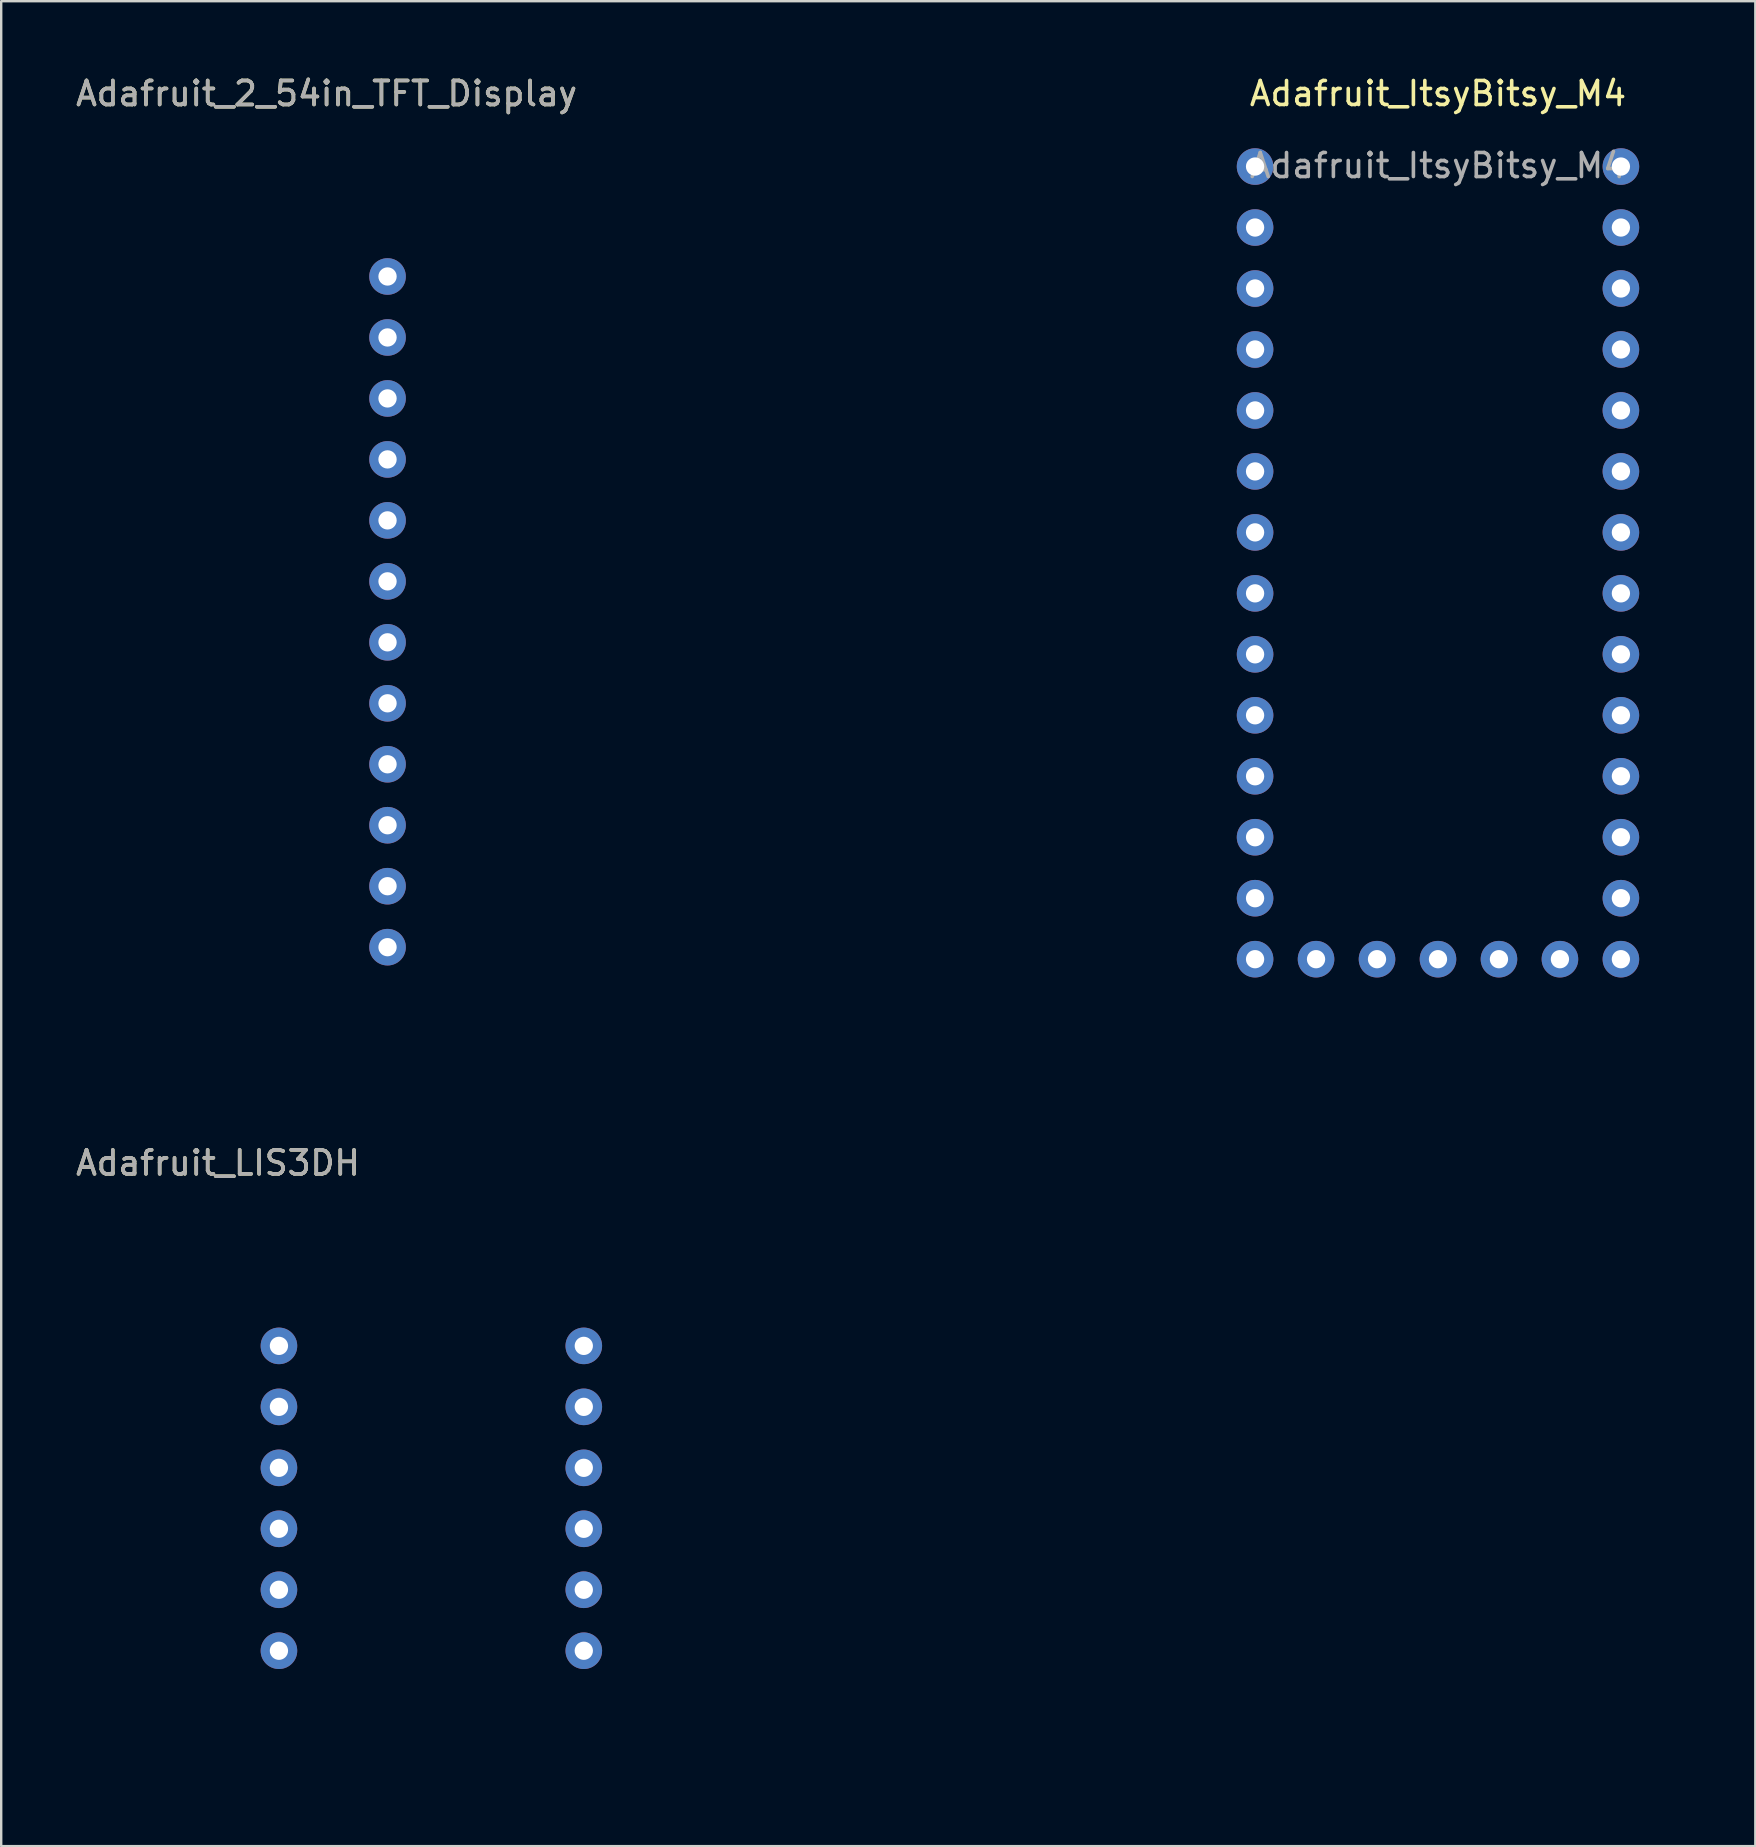
<source format=kicad_pcb>
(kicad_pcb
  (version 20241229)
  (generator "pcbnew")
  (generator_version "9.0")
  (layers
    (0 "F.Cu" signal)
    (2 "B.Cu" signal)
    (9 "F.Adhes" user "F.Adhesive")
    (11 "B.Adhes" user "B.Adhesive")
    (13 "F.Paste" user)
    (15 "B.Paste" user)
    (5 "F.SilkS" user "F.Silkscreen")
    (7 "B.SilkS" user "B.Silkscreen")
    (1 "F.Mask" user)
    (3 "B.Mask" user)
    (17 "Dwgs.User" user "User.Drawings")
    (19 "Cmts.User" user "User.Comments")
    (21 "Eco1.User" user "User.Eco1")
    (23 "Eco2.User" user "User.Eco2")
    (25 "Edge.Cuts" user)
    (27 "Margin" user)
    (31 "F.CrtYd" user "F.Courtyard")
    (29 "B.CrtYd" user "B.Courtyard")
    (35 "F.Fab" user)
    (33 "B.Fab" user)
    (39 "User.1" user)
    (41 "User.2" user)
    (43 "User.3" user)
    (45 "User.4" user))
  (footprint "Adafruit_ItsyBitsy_M4"
    (layer "F.Cu")
    (at 56.854 1.348)
    (property "Reference" "Adafruit_ItsyBitsy_M4" (at 0 -0.5 0) (unlocked yes) (layer "F.SilkS") (effects (font (size 1 1) (thickness 0.15))))
    (attr through_hole)
    (fp_rect (start -10.16 0) (end 10.16 38.1) (stroke (width 0.12) (type solid)) (fill no) (layer "Eco1.User"))
    (fp_text user "${REFERENCE}" (at 0 2.5 0) (unlocked yes) (layer "F.Fab") (effects (font (size 1 1) (thickness 0.15))))
    (pad "1" thru_hole circle (at -7.62 2.54) (size 1.524 1.524) (drill 0.762) (layers "*.Cu" "*.Mask"))
    (pad "2" thru_hole circle (at -7.62 5.08) (size 1.524 1.524) (drill 0.762) (layers "*.Cu" "*.Mask"))
    (pad "3" thru_hole circle (at -7.62 7.62) (size 1.524 1.524) (drill 0.762) (layers "*.Cu" "*.Mask"))
    (pad "4" thru_hole circle (at -7.62 10.16) (size 1.524 1.524) (drill 0.762) (layers "*.Cu" "*.Mask"))
    (pad "5" thru_hole circle (at -7.62 12.7) (size 1.524 1.524) (drill 0.762) (layers "*.Cu" "*.Mask"))
    (pad "6" thru_hole circle (at -7.62 15.24) (size 1.524 1.524) (drill 0.762) (layers "*.Cu" "*.Mask"))
    (pad "7" thru_hole circle (at -7.62 17.78) (size 1.524 1.524) (drill 0.762) (layers "*.Cu" "*.Mask"))
    (pad "8" thru_hole circle (at -7.62 20.32) (size 1.524 1.524) (drill 0.762) (layers "*.Cu" "*.Mask"))
    (pad "9" thru_hole circle (at -7.62 22.86) (size 1.524 1.524) (drill 0.762) (layers "*.Cu" "*.Mask"))
    (pad "10" thru_hole circle (at -7.62 25.4) (size 1.524 1.524) (drill 0.762) (layers "*.Cu" "*.Mask"))
    (pad "11" thru_hole circle (at -7.62 27.94) (size 1.524 1.524) (drill 0.762) (layers "*.Cu" "*.Mask"))
    (pad "12" thru_hole circle (at -7.62 30.48) (size 1.524 1.524) (drill 0.762) (layers "*.Cu" "*.Mask"))
    (pad "13" thru_hole circle (at -7.62 33.02) (size 1.524 1.524) (drill 0.762) (layers "*.Cu" "*.Mask"))
    (pad "14" thru_hole circle (at -7.62 35.56) (size 1.524 1.524) (drill 0.762) (layers "*.Cu" "*.Mask"))
    (pad "15" thru_hole circle (at -5.08 35.56) (size 1.524 1.524) (drill 0.762) (layers "*.Cu" "*.Mask"))
    (pad "16" thru_hole circle (at -2.54 35.56) (size 1.524 1.524) (drill 0.762) (layers "*.Cu" "*.Mask"))
    (pad "17" thru_hole circle (at 0 35.56) (size 1.524 1.524) (drill 0.762) (layers "*.Cu" "*.Mask"))
    (pad "18" thru_hole circle (at 2.54 35.56) (size 1.524 1.524) (drill 0.762) (layers "*.Cu" "*.Mask"))
    (pad "19" thru_hole circle (at 5.08 35.56) (size 1.524 1.524) (drill 0.762) (layers "*.Cu" "*.Mask"))
    (pad "20" thru_hole circle (at 7.62 35.56) (size 1.524 1.524) (drill 0.762) (layers "*.Cu" "*.Mask"))
    (pad "21" thru_hole circle (at 7.62 33.02) (size 1.524 1.524) (drill 0.762) (layers "*.Cu" "*.Mask"))
    (pad "22" thru_hole circle (at 7.62 30.48) (size 1.524 1.524) (drill 0.762) (layers "*.Cu" "*.Mask"))
    (pad "23" thru_hole circle (at 7.62 27.94) (size 1.524 1.524) (drill 0.762) (layers "*.Cu" "*.Mask"))
    (pad "24" thru_hole circle (at 7.62 25.4) (size 1.524 1.524) (drill 0.762) (layers "*.Cu" "*.Mask"))
    (pad "25" thru_hole circle (at 7.62 22.86) (size 1.524 1.524) (drill 0.762) (layers "*.Cu" "*.Mask"))
    (pad "26" thru_hole circle (at 7.62 20.32) (size 1.524 1.524) (drill 0.762) (layers "*.Cu" "*.Mask"))
    (pad "27" thru_hole circle (at 7.62 17.78) (size 1.524 1.524) (drill 0.762) (layers "*.Cu" "*.Mask"))
    (pad "28" thru_hole circle (at 7.62 15.24) (size 1.524 1.524) (drill 0.762) (layers "*.Cu" "*.Mask"))
    (pad "29" thru_hole circle (at 7.62 12.7) (size 1.524 1.524) (drill 0.762) (layers "*.Cu" "*.Mask"))
    (pad "30" thru_hole circle (at 7.62 10.16) (size 1.524 1.524) (drill 0.762) (layers "*.Cu" "*.Mask"))
    (pad "31" thru_hole circle (at 7.62 7.62) (size 1.524 1.524) (drill 0.762) (layers "*.Cu" "*.Mask"))
    (pad "32" thru_hole circle (at 7.62 5.08) (size 1.524 1.524) (drill 0.762) (layers "*.Cu" "*.Mask"))
    (pad "33" thru_hole circle (at 7.62 2.54) (size 1.524 1.524) (drill 0.762) (layers "*.Cu" "*.Mask")))
  (footprint "Adafruit_2_54in_TFT_Display"
    (layer "F.Cu")
    (at 13.094 3.388)
    (property "Reference" "Adafruit_2_54in_TFT_Display" (at -2.54 -2.54 0) (unlocked yes) (layer "F.SilkS") (effects (font (size 1 1) (thickness 0.15))))
    (attr through_hole)
    (fp_rect (start -2.54 0) (end 30.48 38.1) (stroke (width 0.12) (type solid)) (fill no) (layer "Eco1.User"))
    (fp_text user "${REFERENCE}" (at -2.54 -2.54 0) (unlocked yes) (layer "F.Fab") (effects (font (size 1 1) (thickness 0.15))))
    (pad "1" thru_hole circle (at 0 5.08) (size 1.524 1.524) (drill 0.762) (layers "*.Cu" "*.Mask"))
    (pad "2" thru_hole circle (at 0 7.62) (size 1.524 1.524) (drill 0.762) (layers "*.Cu" "*.Mask"))
    (pad "3" thru_hole circle (at 0 10.16) (size 1.524 1.524) (drill 0.762) (layers "*.Cu" "*.Mask"))
    (pad "4" thru_hole circle (at 0 12.7) (size 1.524 1.524) (drill 0.762) (layers "*.Cu" "*.Mask"))
    (pad "5" thru_hole circle (at 0 15.24) (size 1.524 1.524) (drill 0.762) (layers "*.Cu" "*.Mask"))
    (pad "6" thru_hole circle (at 0 17.78) (size 1.524 1.524) (drill 0.762) (layers "*.Cu" "*.Mask"))
    (pad "7" thru_hole circle (at 0 20.32) (size 1.524 1.524) (drill 0.762) (layers "*.Cu" "*.Mask"))
    (pad "8" thru_hole circle (at 0 22.86) (size 1.524 1.524) (drill 0.762) (layers "*.Cu" "*.Mask"))
    (pad "9" thru_hole circle (at 0 25.4) (size 1.524 1.524) (drill 0.762) (layers "*.Cu" "*.Mask"))
    (pad "10" thru_hole circle (at 0 27.94) (size 1.524 1.524) (drill 0.762) (layers "*.Cu" "*.Mask"))
    (pad "11" thru_hole circle (at 0 30.48) (size 1.524 1.524) (drill 0.762) (layers "*.Cu" "*.Mask"))
    (pad "12" thru_hole circle (at 0 33.02) (size 1.524 1.524) (drill 0.762) (layers "*.Cu" "*.Mask")))
  (footprint "Adafruit_LIS3DH"
    (layer "F.Cu")
    (at 8.57 47.937)
    (property "Reference" "Adafruit_LIS3DH" (at -2.54 -2.54 0) (unlocked yes) (layer "F.SilkS") (effects (font (size 1 1) (thickness 0.15))))
    (attr through_hole)
    (fp_rect (start -2.54 0) (end 15.24 22.86) (stroke (width 0.12) (type solid)) (fill no) (layer "Eco1.User"))
    (fp_text user "${REFERENCE}" (at -2.54 -2.54 0) (unlocked yes) (layer "F.Fab") (effects (font (size 1 1) (thickness 0.15))))
    (pad "1" thru_hole circle (at 0 5.08) (size 1.524 1.524) (drill 0.762) (layers "*.Cu" "*.Mask"))
    (pad "2" thru_hole circle (at 0 7.62) (size 1.524 1.524) (drill 0.762) (layers "*.Cu" "*.Mask"))
    (pad "3" thru_hole circle (at 0 10.16) (size 1.524 1.524) (drill 0.762) (layers "*.Cu" "*.Mask"))
    (pad "4" thru_hole circle (at 0 12.7) (size 1.524 1.524) (drill 0.762) (layers "*.Cu" "*.Mask"))
    (pad "5" thru_hole circle (at 0 15.24) (size 1.524 1.524) (drill 0.762) (layers "*.Cu" "*.Mask"))
    (pad "6" thru_hole circle (at 0 17.78) (size 1.524 1.524) (drill 0.762) (layers "*.Cu" "*.Mask"))
    (pad "7" thru_hole circle (at 12.7 17.78) (size 1.524 1.524) (drill 0.762) (layers "*.Cu" "*.Mask"))
    (pad "8" thru_hole circle (at 12.7 15.24) (size 1.524 1.524) (drill 0.762) (layers "*.Cu" "*.Mask"))
    (pad "9" thru_hole circle (at 12.7 12.7) (size 1.524 1.524) (drill 0.762) (layers "*.Cu" "*.Mask"))
    (pad "10" thru_hole circle (at 12.7 10.16) (size 1.524 1.524) (drill 0.762) (layers "*.Cu" "*.Mask"))
    (pad "11" thru_hole circle (at 12.7 7.62) (size 1.524 1.524) (drill 0.762) (layers "*.Cu" "*.Mask"))
    (pad "12" thru_hole circle (at 12.7 5.08) (size 1.524 1.524) (drill 0.762) (layers "*.Cu" "*.Mask")))
  (gr_rect
    (start -3 -3)
    (end 70.074 73.856)
    (stroke (width 0.1) (type default))
    (fill no)
    (layer "Edge.Cuts")))
</source>
